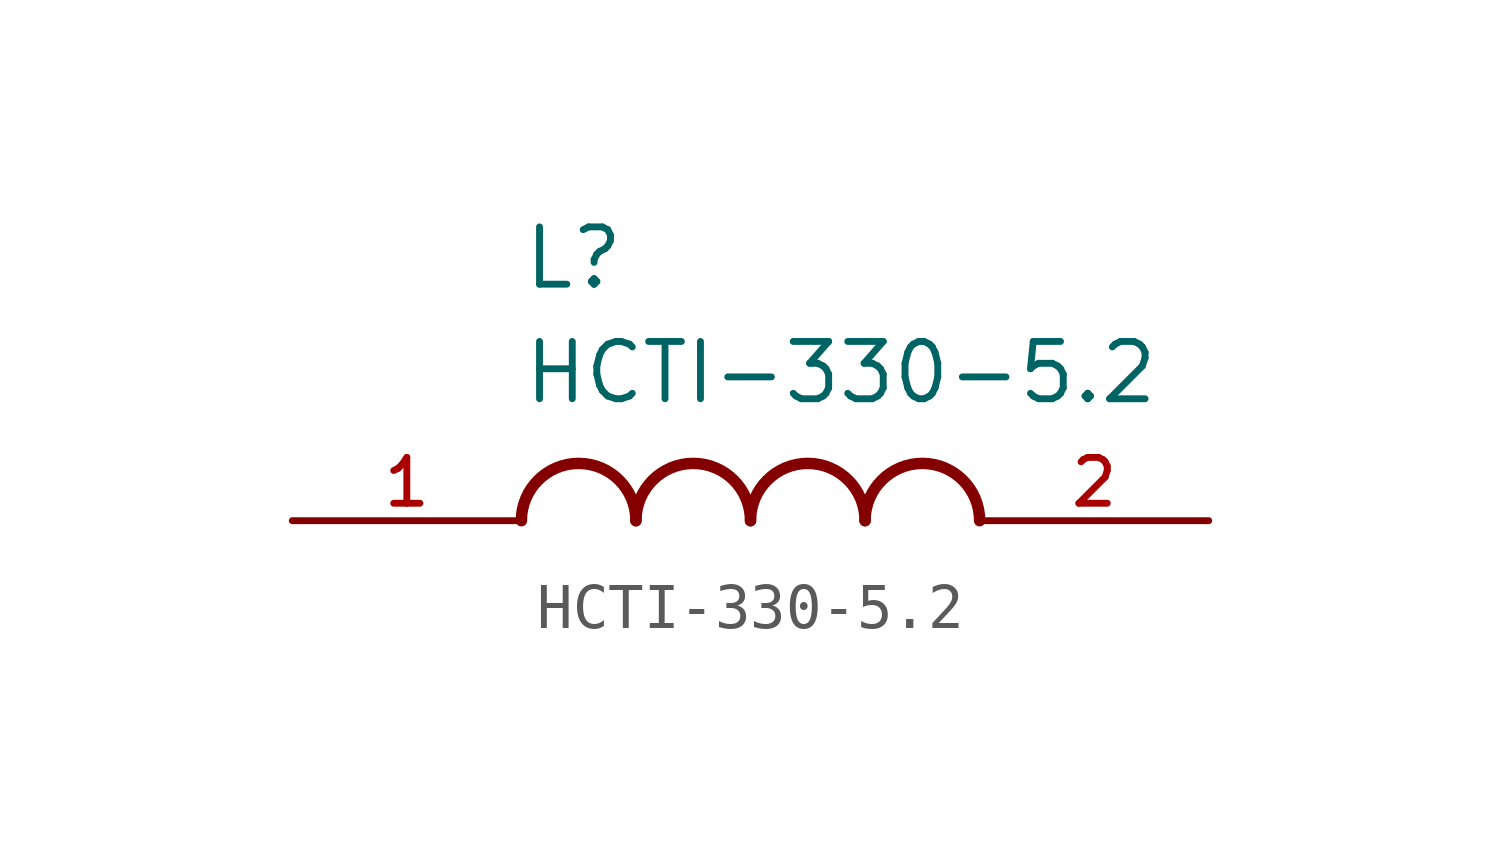
<source format=kicad_sym>
(kicad_symbol_lib
  (version 20211014)
  (generator kicad_symbol_editor)
  (symbol "HCTI-330-5.2"
    (pin_names
      (offset 1.016))
    (property "Reference" "L"
      (at -5.08 5.08 0)
      (effects (font (size 1.27 1.27)) (justify bottom left)))
    (property "Value" "HCTI-330-5.2"
      (at -5.08 2.54 0)
      (effects (font (size 1.27 1.27)) (justify bottom left)))
    (symbol "HCTI-330-5.2_0_0"
      (arc (start -2.54 0.0) (mid -3.81 1.27) (end -5.08 0.0) (stroke (width 0.254) (type default) (color 0 0 0 0)) (fill (type none)))
      (arc (start 0.0 0.0) (mid -1.27 1.27) (end -2.54 0.0) (stroke (width 0.254) (type default) (color 0 0 0 0)) (fill (type none)))
      (arc (start 2.54 0.0) (mid 1.27 1.27) (end 0.0 0.0) (stroke (width 0.254) (type default) (color 0 0 0 0)) (fill (type none)))
      (arc (start 5.08 0.0) (mid 3.81 1.27) (end 2.54 0.0) (stroke (width 0.254) (type default) (color 0 0 0 0)) (fill (type none)))
      (pin passive line (at -10.16 0.0 0) (length 5.08) (name "~" (effects (font (size 1.016 1.016)))) (number "1" (effects (font (size 1.016 1.016)))))
      (pin passive line (at 10.16 0.0 180.0) (length 5.08) (name "~" (effects (font (size 1.016 1.016)))) (number "2" (effects (font (size 1.016 1.016))))))))
</source>
